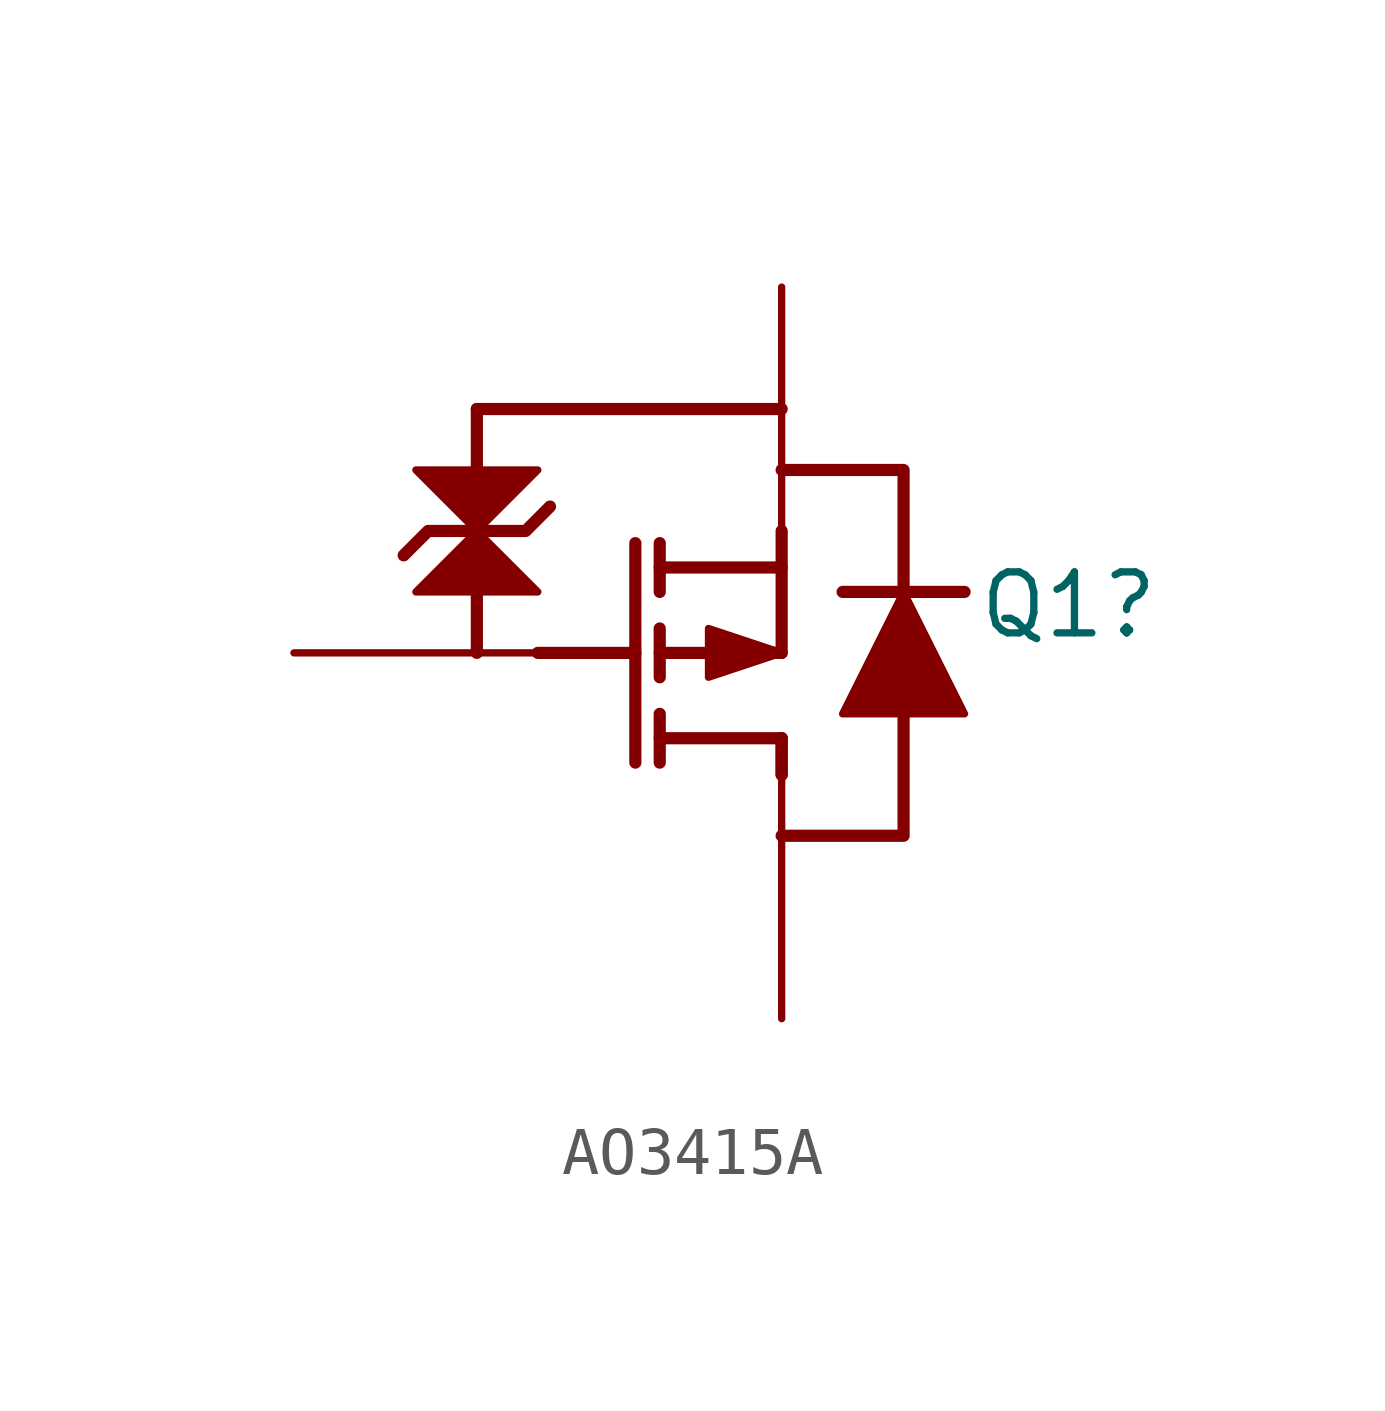
<source format=kicad_sym>
(kicad_symbol_lib
  (version 20231120)
  (generator "kicad_symbol_editor")
  (generator_version "8.0")
  (symbol "AO3415A"
    (property "Reference" "Q1"
      (at 7.874 0.254 0)
      (effects (font (size 1.27 1.27)) (justify left bottom)))
    (symbol "AO3415A_1_0"
      (polyline (pts (xy -2.54 0) (xy -2.54 5.08)) (stroke (width 0.254) (type default)) (fill (type none)))
      (polyline (pts (xy -2.54 5.08) (xy 3.81 5.08)) (stroke (width 0.254) (type default)) (fill (type none)))
      (polyline (pts (xy -1.27 0) (xy 0.762 0)) (stroke (width 0.254) (type default)) (fill (type none)))
      (polyline (pts (xy 0.762 -2.286) (xy 0.762 2.286)) (stroke (width 0.254) (type default)) (fill (type none)))
      (polyline (pts (xy 1.27 -2.286) (xy 1.27 -1.27)) (stroke (width 0.254) (type default)) (fill (type none)))
      (polyline (pts (xy 1.27 0.508) (xy 1.27 -0.508)) (stroke (width 0.254) (type default)) (fill (type none)))
      (polyline (pts (xy 1.27 2.286) (xy 1.27 1.27)) (stroke (width 0.254) (type default)) (fill (type none)))
      (polyline (pts (xy 3.81 -1.778) (xy 1.27 -1.778)) (stroke (width 0.254) (type default)) (fill (type none)))
      (polyline (pts (xy 3.81 -1.778) (xy 3.81 -2.54)) (stroke (width 0.254) (type default)) (fill (type none)))
      (polyline (pts (xy 3.81 -1.778) (xy 3.81 -2.54)) (stroke (width 0.254) (type default)) (fill (type none)))
      (polyline (pts (xy 3.81 0) (xy 1.27 0)) (stroke (width 0.254) (type default)) (fill (type none)))
      (polyline (pts (xy 3.81 0) (xy 3.81 2.54)) (stroke (width 0.254) (type default)) (fill (type none)))
      (polyline (pts (xy 3.81 1.778) (xy 1.27 1.778)) (stroke (width 0.254) (type default)) (fill (type none)))
      (polyline (pts (xy 5.08 1.27) (xy 7.62 1.27)) (stroke (width 0.254) (type default)) (fill (type none)))
      (polyline (pts (xy -4.064 2.032) (xy -3.556 2.54) (xy -1.524 2.54) (xy -1.016 3.048)) (stroke (width 0.254) (type default)) (fill (type none)))
      (polyline (pts (xy -3.81 1.27) (xy -1.27 1.27) (xy -2.54 2.54) (xy -3.81 1.27)) (stroke (width 0) (type default)) (fill (type outline)))
      (polyline (pts (xy -2.54 2.54) (xy -3.81 3.81) (xy -1.27 3.81) (xy -2.54 2.54)) (stroke (width 0) (type default)) (fill (type outline)))
      (polyline (pts (xy 3.81 -3.81) (xy 6.35 -3.81) (xy 6.35 3.81) (xy 3.81 3.81)) (stroke (width 0.254) (type default)) (fill (type none)))
      (polyline (pts (xy 3.81 0) (xy 2.286 -0.508) (xy 2.286 0.508) (xy 3.81 0)) (stroke (width 0) (type default)) (fill (type outline)))
      (polyline (pts (xy 5.08 -1.27) (xy 7.62 -1.27) (xy 6.35 1.27) (xy 5.08 -1.27)) (stroke (width 0) (type default)) (fill (type outline)))
      (pin passive line (at -6.35 0 0) (length 5.08) (name "G" (effects (font (size 0 0)))) (number "1" (effects (font (size 0 0)))))
      (pin passive line (at 3.81 7.62 270) (length 5.08) (name "S" (effects (font (size 0 0)))) (number "2" (effects (font (size 0 0)))))
      (pin passive line (at 3.81 -7.62 90) (length 5.08) (name "D" (effects (font (size 0 0)))) (number "3" (effects (font (size 0 0))))))))
</source>
